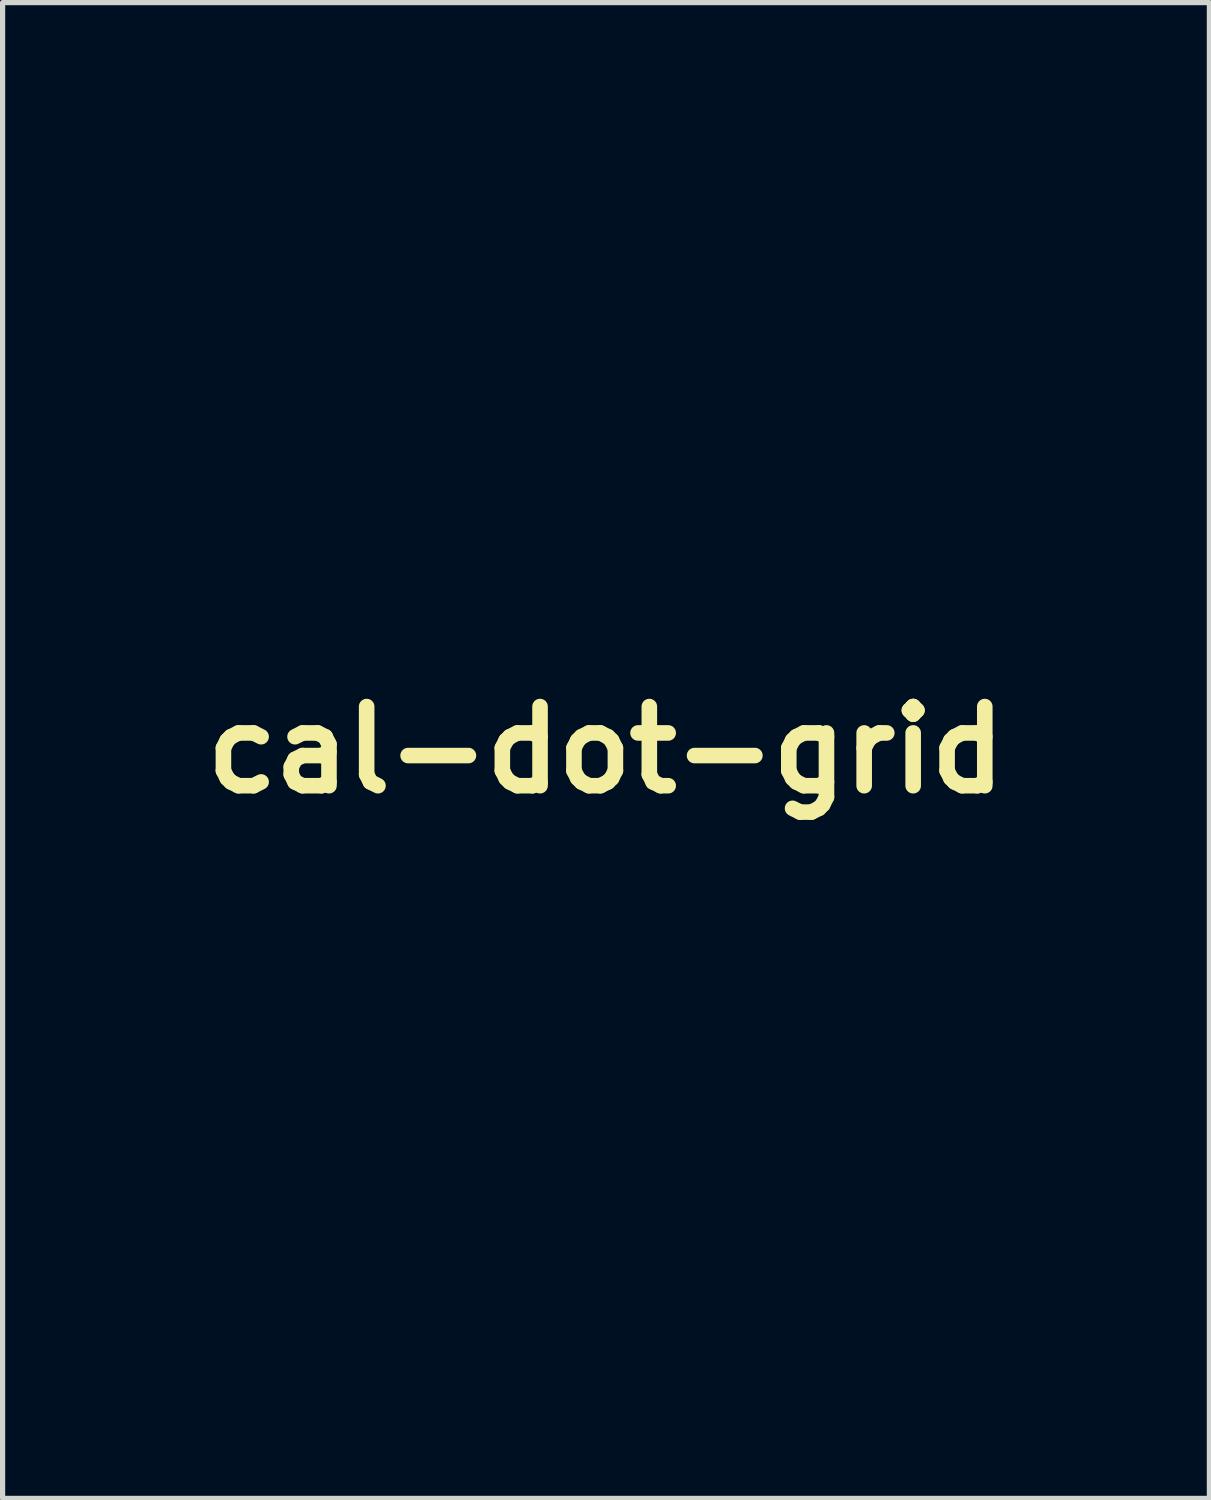
<source format=kicad_pcb>
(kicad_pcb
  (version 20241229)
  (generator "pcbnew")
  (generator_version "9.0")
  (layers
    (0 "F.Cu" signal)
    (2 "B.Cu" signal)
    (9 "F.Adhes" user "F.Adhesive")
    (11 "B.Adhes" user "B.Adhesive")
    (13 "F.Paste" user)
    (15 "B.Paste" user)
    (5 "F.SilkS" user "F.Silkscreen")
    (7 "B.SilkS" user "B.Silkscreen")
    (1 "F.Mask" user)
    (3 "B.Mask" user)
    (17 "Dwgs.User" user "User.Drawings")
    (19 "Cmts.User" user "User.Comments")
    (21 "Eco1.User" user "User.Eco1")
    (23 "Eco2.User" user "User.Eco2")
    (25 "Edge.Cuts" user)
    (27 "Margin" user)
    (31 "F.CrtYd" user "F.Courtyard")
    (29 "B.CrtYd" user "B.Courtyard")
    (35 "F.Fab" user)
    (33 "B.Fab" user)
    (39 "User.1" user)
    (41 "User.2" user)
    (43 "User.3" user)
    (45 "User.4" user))
  (footprint "cal-dot-grid"
    (layer "F.Cu")
    (at 8.618 11.389)
    (property "Reference" "cal-dot-grid" (at 0 0 0) (layer "F.SilkS") (effects (font (size 1.524 1.524) (thickness 0.3))))
    (attr through_hole)
    (fp_poly (pts (xy 8.613 11.407) (xy -8.613 11.407) (xy -8.613 9.154) (xy -5.236 9.154) (xy -5.211 9.298) (xy -5.176 9.392) (xy -5.078 9.536) (xy -4.952 9.648) (xy -4.806 9.725) (xy -4.646 9.765) (xy -4.48 9.765) (xy -4.314 9.724) (xy -4.253 9.697) (xy -4.105 9.599) (xy -3.993 9.474) (xy -3.92 9.323) (xy -3.885 9.148) (xy -3.884 9.142) (xy -3.885 9.121) (xy -1.606 9.121) (xy -1.578 9.283) (xy -1.539 9.381) (xy -1.461 9.504) (xy -1.357 9.614) (xy -1.241 9.697) (xy -1.17 9.73) (xy -1.048 9.757) (xy -0.907 9.764) (xy -0.769 9.751) (xy -0.687 9.731) (xy -0.56 9.667) (xy -0.442 9.568) (xy -0.344 9.445) (xy -0.308 9.381) (xy -0.254 9.221) (xy -0.242 9.058) (xy -0.25 9.007) (xy 2.037 9.007) (xy 2.037 9.141) (xy 2.071 9.315) (xy 2.143 9.466) (xy 2.248 9.592) (xy 2.381 9.687) (xy 2.539 9.746) (xy 2.713 9.767) (xy 2.832 9.76) (xy 2.929 9.738) (xy 2.993 9.712) (xy 3.142 9.619) (xy 3.259 9.496) (xy 3.342 9.351) (xy 3.387 9.191) (xy 3.39 9.087) (xy 5.671 9.087) (xy 5.675 9.193) (xy 5.692 9.278) (xy 5.726 9.365) (xy 5.734 9.381) (xy 5.813 9.504) (xy 5.917 9.614) (xy 6.033 9.697) (xy 6.103 9.73) (xy 6.225 9.757) (xy 6.366 9.764) (xy 6.505 9.751) (xy 6.587 9.731) (xy 6.713 9.667) (xy 6.832 9.568) (xy 6.929 9.445) (xy 6.966 9.381) (xy 7.004 9.29) (xy 7.024 9.205) (xy 7.03 9.102) (xy 7.03 9.087) (xy 7.009 8.918) (xy 6.952 8.769) (xy 6.864 8.642) (xy 6.751 8.54) (xy 6.62 8.465) (xy 6.475 8.42) (xy 6.324 8.408) (xy 6.172 8.43) (xy 6.025 8.489) (xy 5.889 8.588) (xy 5.871 8.606) (xy 5.765 8.734) (xy 5.701 8.872) (xy 5.673 9.029) (xy 5.671 9.087) (xy 3.39 9.087) (xy 3.392 9.021) (xy 3.359 8.864) (xy 3.298 8.742) (xy 3.205 8.625) (xy 3.091 8.526) (xy 2.969 8.457) (xy 2.936 8.445) (xy 2.756 8.408) (xy 2.589 8.415) (xy 2.433 8.467) (xy 2.288 8.564) (xy 2.24 8.609) (xy 2.132 8.736) (xy 2.066 8.864) (xy 2.037 9.007) (xy -0.25 9.007) (xy -0.269 8.898) (xy -0.332 8.75) (xy -0.429 8.62) (xy -0.556 8.515) (xy -0.678 8.454) (xy -0.85 8.413) (xy -1.019 8.415) (xy -1.179 8.458) (xy -1.325 8.54) (xy -1.45 8.657) (xy -1.547 8.808) (xy -1.548 8.81) (xy -1.596 8.959) (xy -1.606 9.121) (xy -3.885 9.121) (xy -3.887 8.98) (xy -3.923 8.841) (xy -3.996 8.714) (xy -4.087 8.609) (xy -4.228 8.497) (xy -4.379 8.429) (xy -4.543 8.405) (xy -4.718 8.426) (xy -4.783 8.445) (xy -4.905 8.504) (xy -5.022 8.596) (xy -5.123 8.709) (xy -5.193 8.831) (xy -5.206 8.864) (xy -5.235 9.004) (xy -5.236 9.154) (xy -8.613 9.154) (xy -8.613 7.262) (xy -7.052 7.262) (xy -7.032 7.435) (xy -6.974 7.589) (xy -6.884 7.721) (xy -6.766 7.826) (xy -6.626 7.901) (xy -6.469 7.941) (xy -6.302 7.944) (xy -6.137 7.907) (xy -6 7.837) (xy -5.882 7.732) (xy -5.789 7.6) (xy -5.727 7.452) (xy -5.707 7.316) (xy -3.417 7.316) (xy -3.387 7.478) (xy -3.318 7.628) (xy -3.212 7.758) (xy -3.155 7.807) (xy -3.06 7.872) (xy -2.972 7.912) (xy -2.874 7.933) (xy -2.749 7.94) (xy -2.736 7.94) (xy -2.609 7.934) (xy -2.507 7.91) (xy -2.471 7.895) (xy -2.337 7.812) (xy -2.217 7.694) (xy -2.129 7.562) (xy -2.083 7.43) (xy -2.066 7.28) (xy -2.066 7.277) (xy 0.219 7.277) (xy 0.235 7.428) (xy 0.281 7.56) (xy 0.282 7.562) (xy 0.377 7.703) (xy 0.499 7.82) (xy 0.623 7.896) (xy 0.74 7.931) (xy 0.878 7.942) (xy 1.022 7.93) (xy 1.155 7.897) (xy 1.209 7.874) (xy 1.341 7.784) (xy 1.448 7.66) (xy 1.518 7.533) (xy 1.563 7.381) (xy 1.565 7.343) (xy 3.859 7.343) (xy 3.9 7.508) (xy 3.927 7.57) (xy 4.018 7.71) (xy 4.135 7.823) (xy 4.269 7.9) (xy 4.286 7.907) (xy 4.411 7.936) (xy 4.554 7.942) (xy 4.695 7.926) (xy 4.814 7.888) (xy 4.814 7.888) (xy 4.96 7.796) (xy 5.073 7.677) (xy 5.152 7.538) (xy 5.197 7.386) (xy 5.206 7.228) (xy 5.178 7.07) (xy 5.111 6.921) (xy 5.016 6.799) (xy 4.886 6.695) (xy 4.734 6.628) (xy 4.571 6.597) (xy 4.406 6.606) (xy 4.249 6.655) (xy 4.239 6.66) (xy 4.093 6.755) (xy 3.98 6.878) (xy 3.901 7.021) (xy 3.86 7.178) (xy 3.859 7.343) (xy 1.565 7.343) (xy 1.569 7.221) (xy 1.537 7.061) (xy 1.469 6.913) (xy 1.369 6.786) (xy 1.354 6.773) (xy 1.213 6.674) (xy 1.06 6.615) (xy 0.9 6.596) (xy 0.742 6.614) (xy 0.591 6.669) (xy 0.455 6.759) (xy 0.341 6.882) (xy 0.274 6.993) (xy 0.232 7.127) (xy 0.219 7.277) (xy -2.066 7.277) (xy -2.078 7.129) (xy -2.121 6.995) (xy -2.122 6.993) (xy -2.215 6.846) (xy -2.333 6.732) (xy -2.469 6.653) (xy -2.616 6.608) (xy -2.768 6.596) (xy -2.918 6.618) (xy -3.061 6.674) (xy -3.189 6.765) (xy -3.297 6.889) (xy -3.352 6.985) (xy -3.405 7.149) (xy -3.417 7.316) (xy -5.707 7.316) (xy -5.704 7.295) (xy -5.703 7.286) (xy -5.722 7.108) (xy -5.778 6.955) (xy -5.868 6.826) (xy -5.996 6.711) (xy -6.141 6.636) (xy -6.295 6.599) (xy -6.452 6.6) (xy -6.605 6.637) (xy -6.748 6.711) (xy -6.875 6.819) (xy -6.978 6.961) (xy -6.991 6.985) (xy -7.028 7.069) (xy -7.046 7.153) (xy -7.052 7.26) (xy -7.052 7.262) (xy -8.613 7.262) (xy -8.613 5.449) (xy -5.241 5.449) (xy -5.222 5.609) (xy -5.167 5.759) (xy -5.079 5.895) (xy -4.96 6.007) (xy -4.814 6.09) (xy -4.722 6.122) (xy -4.614 6.135) (xy -4.487 6.128) (xy -4.359 6.103) (xy -4.253 6.063) (xy -4.171 6.012) (xy -4.087 5.942) (xy -4.045 5.899) (xy -3.951 5.759) (xy -3.896 5.605) (xy -3.881 5.449) (xy -1.603 5.449) (xy -1.583 5.623) (xy -1.523 5.781) (xy -1.425 5.918) (xy -1.294 6.028) (xy -1.134 6.107) (xy -1.12 6.112) (xy -1.008 6.132) (xy -0.876 6.131) (xy -0.743 6.111) (xy -0.642 6.078) (xy -0.497 5.991) (xy -0.384 5.876) (xy -0.304 5.74) (xy -0.257 5.589) (xy -0.251 5.508) (xy 2.035 5.508) (xy 2.06 5.661) (xy 2.065 5.675) (xy 2.134 5.815) (xy 2.239 5.941) (xy 2.371 6.043) (xy 2.518 6.112) (xy 2.552 6.122) (xy 2.659 6.135) (xy 2.787 6.128) (xy 2.915 6.103) (xy 3.021 6.063) (xy 3.166 5.965) (xy 3.278 5.838) (xy 3.353 5.687) (xy 3.386 5.53) (xy 5.669 5.53) (xy 5.679 5.591) (xy 5.735 5.753) (xy 5.825 5.89) (xy 5.943 6.001) (xy 6.082 6.081) (xy 6.235 6.127) (xy 6.395 6.136) (xy 6.557 6.106) (xy 6.641 6.072) (xy 6.785 5.979) (xy 6.897 5.86) (xy 6.976 5.721) (xy 7.021 5.57) (xy 7.031 5.414) (xy 7.004 5.258) (xy 6.94 5.112) (xy 6.837 4.98) (xy 6.819 4.963) (xy 6.687 4.862) (xy 6.551 4.802) (xy 6.398 4.777) (xy 6.35 4.776) (xy 6.18 4.797) (xy 6.026 4.856) (xy 5.894 4.948) (xy 5.787 5.067) (xy 5.711 5.208) (xy 5.67 5.364) (xy 5.669 5.53) (xy 3.386 5.53) (xy 3.388 5.518) (xy 3.389 5.402) (xy 3.356 5.239) (xy 3.286 5.089) (xy 3.184 4.961) (xy 3.057 4.862) (xy 2.927 4.804) (xy 2.759 4.777) (xy 2.586 4.79) (xy 2.419 4.842) (xy 2.271 4.931) (xy 2.25 4.947) (xy 2.155 5.056) (xy 2.085 5.194) (xy 2.044 5.348) (xy 2.035 5.508) (xy -0.251 5.508) (xy -0.245 5.431) (xy -0.269 5.273) (xy -0.331 5.122) (xy -0.432 4.984) (xy -0.443 4.972) (xy -0.576 4.865) (xy -0.728 4.801) (xy -0.901 4.776) (xy -0.925 4.776) (xy -1.098 4.797) (xy -1.254 4.858) (xy -1.387 4.953) (xy -1.493 5.078) (xy -1.565 5.228) (xy -1.6 5.398) (xy -1.603 5.449) (xy -3.881 5.449) (xy -3.88 5.443) (xy -3.902 5.283) (xy -3.961 5.131) (xy -4.056 4.996) (xy -4.144 4.916) (xy -4.271 4.836) (xy -4.406 4.791) (xy -4.563 4.777) (xy -4.576 4.777) (xy -4.746 4.8) (xy -4.902 4.864) (xy -5.037 4.966) (xy -5.144 5.1) (xy -5.159 5.128) (xy -5.221 5.286) (xy -5.241 5.449) (xy -8.613 5.449) (xy -8.613 3.681) (xy -7.057 3.681) (xy -7.029 3.838) (xy -6.965 3.98) (xy -6.871 4.102) (xy -6.751 4.201) (xy -6.611 4.271) (xy -6.455 4.308) (xy -6.29 4.308) (xy -6.172 4.283) (xy -6.064 4.234) (xy -5.952 4.154) (xy -5.85 4.057) (xy -5.774 3.953) (xy -5.766 3.94) (xy -5.731 3.84) (xy -5.714 3.714) (xy -5.713 3.606) (xy -3.414 3.606) (xy -3.405 3.755) (xy -3.372 3.884) (xy -3.308 4.003) (xy -3.213 4.116) (xy -3.1 4.211) (xy -2.981 4.275) (xy -2.96 4.283) (xy -2.811 4.31) (xy -2.649 4.302) (xy -2.493 4.263) (xy -2.438 4.239) (xy -2.291 4.143) (xy -2.18 4.019) (xy -2.106 3.87) (xy -2.071 3.697) (xy -2.07 3.681) (xy 0.216 3.681) (xy 0.245 3.838) (xy 0.309 3.98) (xy 0.403 4.102) (xy 0.523 4.201) (xy 0.663 4.271) (xy 0.818 4.308) (xy 0.984 4.308) (xy 1.103 4.283) (xy 1.23 4.224) (xy 1.35 4.132) (xy 1.452 4.017) (xy 1.522 3.891) (xy 1.525 3.884) (xy 1.559 3.746) (xy 1.562 3.688) (xy 3.865 3.688) (xy 3.879 3.815) (xy 3.909 3.919) (xy 3.919 3.94) (xy 3.985 4.034) (xy 4.077 4.129) (xy 4.181 4.212) (xy 4.282 4.271) (xy 4.315 4.283) (xy 4.463 4.31) (xy 4.623 4.302) (xy 4.778 4.264) (xy 4.836 4.239) (xy 4.978 4.146) (xy 5.087 4.026) (xy 5.162 3.886) (xy 5.202 3.733) (xy 5.206 3.574) (xy 5.171 3.415) (xy 5.098 3.264) (xy 5.033 3.178) (xy 4.912 3.073) (xy 4.766 3.001) (xy 4.605 2.964) (xy 4.441 2.964) (xy 4.294 2.999) (xy 4.164 3.069) (xy 4.043 3.171) (xy 3.944 3.292) (xy 3.917 3.337) (xy 3.884 3.432) (xy 3.867 3.555) (xy 3.865 3.688) (xy 1.562 3.688) (xy 1.566 3.596) (xy 1.548 3.452) (xy 1.507 3.337) (xy 1.41 3.192) (xy 1.291 3.084) (xy 1.156 3.01) (xy 1.01 2.969) (xy 0.861 2.961) (xy 0.713 2.986) (xy 0.574 3.041) (xy 0.449 3.127) (xy 0.344 3.242) (xy 0.266 3.386) (xy 0.228 3.514) (xy 0.216 3.681) (xy -2.07 3.681) (xy -2.069 3.637) (xy -2.089 3.459) (xy -2.151 3.301) (xy -2.251 3.165) (xy -2.389 3.055) (xy -2.434 3.03) (xy -2.562 2.984) (xy -2.71 2.964) (xy -2.86 2.971) (xy -2.994 3.005) (xy -3.027 3.02) (xy -3.155 3.102) (xy -3.269 3.212) (xy -3.353 3.335) (xy -3.354 3.337) (xy -3.397 3.46) (xy -3.414 3.606) (xy -5.713 3.606) (xy -5.713 3.578) (xy -5.729 3.449) (xy -5.761 3.343) (xy -5.768 3.33) (xy -5.867 3.187) (xy -5.988 3.079) (xy -6.125 3.006) (xy -6.271 2.967) (xy -6.421 2.961) (xy -6.569 2.987) (xy -6.707 3.044) (xy -6.832 3.132) (xy -6.935 3.249) (xy -7.011 3.395) (xy -7.045 3.514) (xy -7.057 3.681) (xy -8.613 3.681) (xy -8.613 1.734) (xy -5.233 1.734) (xy -5.232 1.904) (xy -5.208 2.02) (xy -5.178 2.104) (xy -5.135 2.177) (xy -5.069 2.254) (xy -5.038 2.286) (xy -4.895 2.4) (xy -4.74 2.47) (xy -4.575 2.495) (xy -4.402 2.475) (xy -4.309 2.446) (xy -4.181 2.377) (xy -4.064 2.273) (xy -3.971 2.148) (xy -3.911 2.015) (xy -3.885 1.853) (xy -1.595 1.853) (xy -1.572 2.011) (xy -1.56 2.052) (xy -1.489 2.198) (xy -1.384 2.317) (xy -1.255 2.408) (xy -1.107 2.468) (xy -0.948 2.492) (xy -0.786 2.478) (xy -0.634 2.428) (xy -0.49 2.337) (xy -0.379 2.221) (xy -0.303 2.087) (xy -0.259 1.94) (xy -0.254 1.849) (xy 2.036 1.849) (xy 2.063 2.002) (xy 2.129 2.151) (xy 2.218 2.272) (xy 2.353 2.387) (xy 2.505 2.462) (xy 2.67 2.493) (xy 2.843 2.481) (xy 2.965 2.446) (xy 3.093 2.377) (xy 3.209 2.273) (xy 3.303 2.148) (xy 3.362 2.015) (xy 3.391 1.843) (xy 3.387 1.796) (xy 5.676 1.796) (xy 5.694 1.978) (xy 5.752 2.138) (xy 5.85 2.274) (xy 5.985 2.384) (xy 6.054 2.423) (xy 6.15 2.466) (xy 6.235 2.487) (xy 6.333 2.494) (xy 6.35 2.494) (xy 6.453 2.489) (xy 6.538 2.47) (xy 6.63 2.431) (xy 6.646 2.423) (xy 6.797 2.326) (xy 6.908 2.205) (xy 6.981 2.06) (xy 7.016 1.888) (xy 7.019 1.803) (xy 6.999 1.633) (xy 6.937 1.483) (xy 6.833 1.349) (xy 6.805 1.323) (xy 6.696 1.235) (xy 6.59 1.18) (xy 6.471 1.153) (xy 6.35 1.147) (xy 6.237 1.151) (xy 6.151 1.166) (xy 6.071 1.197) (xy 6.069 1.198) (xy 5.922 1.293) (xy 5.806 1.416) (xy 5.724 1.563) (xy 5.681 1.724) (xy 5.676 1.796) (xy 3.387 1.796) (xy 3.377 1.678) (xy 3.326 1.525) (xy 3.241 1.391) (xy 3.127 1.28) (xy 2.988 1.199) (xy 2.827 1.152) (xy 2.713 1.143) (xy 2.542 1.163) (xy 2.391 1.22) (xy 2.263 1.308) (xy 2.161 1.42) (xy 2.088 1.552) (xy 2.045 1.697) (xy 2.036 1.849) (xy -0.254 1.849) (xy -0.25 1.788) (xy -0.274 1.637) (xy -0.331 1.493) (xy -0.422 1.364) (xy -0.546 1.254) (xy -0.643 1.198) (xy -0.753 1.163) (xy -0.885 1.146) (xy -1.022 1.149) (xy -1.143 1.172) (xy -1.186 1.187) (xy -1.292 1.251) (xy -1.397 1.344) (xy -1.488 1.45) (xy -1.546 1.549) (xy -1.586 1.693) (xy -1.595 1.853) (xy -3.885 1.853) (xy -3.883 1.843) (xy -3.897 1.678) (xy -3.948 1.525) (xy -4.033 1.391) (xy -4.147 1.28) (xy -4.286 1.199) (xy -4.446 1.152) (xy -4.56 1.143) (xy -4.733 1.164) (xy -4.886 1.223) (xy -5.017 1.315) (xy -5.121 1.435) (xy -5.194 1.576) (xy -5.233 1.734) (xy -8.613 1.734) (xy -8.613 -0.042) (xy -7.052 -0.042) (xy -7.043 0.115) (xy -6.999 0.266) (xy -6.919 0.404) (xy -6.806 0.523) (xy -6.662 0.614) (xy -6.532 0.655) (xy -6.381 0.67) (xy -6.229 0.657) (xy -6.136 0.633) (xy -5.993 0.562) (xy -5.877 0.459) (xy -5.789 0.332) (xy -5.731 0.187) (xy -5.706 0.033) (xy -5.708 0.002) (xy -3.417 0.002) (xy -3.397 0.162) (xy -3.339 0.313) (xy -3.25 0.448) (xy -3.135 0.556) (xy -3.001 0.629) (xy -2.993 0.632) (xy -2.876 0.659) (xy -2.741 0.668) (xy -2.607 0.658) (xy -2.493 0.631) (xy -2.471 0.622) (xy -2.337 0.538) (xy -2.217 0.421) (xy -2.129 0.289) (xy -2.083 0.157) (xy -2.066 0.006) (xy -2.066 0) (xy 0.223 0) (xy 0.226 0.104) (xy 0.238 0.181) (xy 0.264 0.251) (xy 0.282 0.289) (xy 0.376 0.428) (xy 0.496 0.544) (xy 0.623 0.622) (xy 0.739 0.656) (xy 0.877 0.669) (xy 1.018 0.661) (xy 1.136 0.634) (xy 1.275 0.563) (xy 1.394 0.457) (xy 1.487 0.324) (xy 1.547 0.172) (xy 1.562 0.067) (xy 3.857 0.067) (xy 3.864 0.138) (xy 3.885 0.205) (xy 3.924 0.289) (xy 4.018 0.44) (xy 4.133 0.552) (xy 4.271 0.625) (xy 4.437 0.662) (xy 4.537 0.668) (xy 4.65 0.663) (xy 4.739 0.645) (xy 4.814 0.614) (xy 4.964 0.52) (xy 5.08 0.395) (xy 5.16 0.245) (xy 5.2 0.075) (xy 5.205 -0.012) (xy 5.182 -0.183) (xy 5.121 -0.336) (xy 5.025 -0.467) (xy 4.899 -0.569) (xy 4.749 -0.639) (xy 4.579 -0.672) (xy 4.527 -0.674) (xy 4.35 -0.653) (xy 4.195 -0.593) (xy 4.064 -0.498) (xy 3.962 -0.371) (xy 3.893 -0.217) (xy 3.861 -0.039) (xy 3.86 -0.028) (xy 3.857 0.067) (xy 1.562 0.067) (xy 1.57 0.01) (xy 1.57 0.002) (xy 1.549 -0.172) (xy 1.489 -0.328) (xy 1.395 -0.461) (xy 1.272 -0.566) (xy 1.124 -0.638) (xy 0.957 -0.672) (xy 0.902 -0.674) (xy 0.728 -0.655) (xy 0.577 -0.597) (xy 0.442 -0.498) (xy 0.406 -0.462) (xy 0.315 -0.352) (xy 0.259 -0.246) (xy 0.23 -0.127) (xy 0.223 0) (xy -2.066 0) (xy -2.078 -0.145) (xy -2.121 -0.279) (xy -2.122 -0.281) (xy -2.218 -0.431) (xy -2.345 -0.549) (xy -2.497 -0.631) (xy -2.636 -0.668) (xy -2.755 -0.674) (xy -2.884 -0.661) (xy -3.002 -0.631) (xy -3.053 -0.61) (xy -3.188 -0.514) (xy -3.297 -0.387) (xy -3.374 -0.237) (xy -3.413 -0.072) (xy -3.417 0.002) (xy -5.708 0.002) (xy -5.714 -0.123) (xy -5.759 -0.275) (xy -5.841 -0.415) (xy -5.867 -0.447) (xy -5.996 -0.561) (xy -6.144 -0.637) (xy -6.302 -0.673) (xy -6.464 -0.671) (xy -6.623 -0.629) (xy -6.771 -0.548) (xy -6.851 -0.48) (xy -6.957 -0.347) (xy -7.024 -0.199) (xy -7.052 -0.042) (xy -8.613 -0.042) (xy -8.613 -1.838) (xy -5.24 -1.838) (xy -5.228 -1.693) (xy -5.185 -1.555) (xy -5.114 -1.43) (xy -5.02 -1.321) (xy -4.905 -1.234) (xy -4.773 -1.173) (xy -4.627 -1.142) (xy -4.472 -1.146) (xy -4.31 -1.19) (xy -4.256 -1.214) (xy -4.117 -1.306) (xy -4.001 -1.435) (xy -3.943 -1.53) (xy -3.905 -1.64) (xy -3.889 -1.773) (xy -3.89 -1.801) (xy -1.596 -1.801) (xy -1.574 -1.638) (xy -1.515 -1.491) (xy -1.423 -1.364) (xy -1.306 -1.263) (xy -1.17 -1.189) (xy -1.02 -1.148) (xy -0.864 -1.142) (xy -0.707 -1.176) (xy -0.629 -1.21) (xy -0.483 -1.308) (xy -0.369 -1.434) (xy -0.291 -1.582) (xy -0.253 -1.744) (xy -0.249 -1.798) (xy -0.257 -1.876) (xy 2.039 -1.876) (xy 2.041 -1.716) (xy 2.082 -1.57) (xy 2.154 -1.44) (xy 2.268 -1.309) (xy 2.406 -1.215) (xy 2.561 -1.158) (xy 2.726 -1.142) (xy 2.894 -1.167) (xy 3.018 -1.214) (xy 3.159 -1.306) (xy 3.268 -1.425) (xy 3.344 -1.565) (xy 3.384 -1.717) (xy 3.387 -1.824) (xy 5.676 -1.824) (xy 5.696 -1.649) (xy 5.756 -1.495) (xy 5.857 -1.358) (xy 5.86 -1.355) (xy 5.999 -1.241) (xy 6.153 -1.169) (xy 6.317 -1.14) (xy 6.486 -1.156) (xy 6.62 -1.2) (xy 6.769 -1.29) (xy 6.888 -1.409) (xy 6.97 -1.553) (xy 7.014 -1.716) (xy 7.019 -1.803) (xy 7 -1.987) (xy 6.942 -2.148) (xy 6.85 -2.282) (xy 6.726 -2.386) (xy 6.574 -2.456) (xy 6.397 -2.489) (xy 6.381 -2.49) (xy 6.282 -2.492) (xy 6.206 -2.483) (xy 6.13 -2.459) (xy 6.075 -2.435) (xy 5.921 -2.343) (xy 5.802 -2.223) (xy 5.722 -2.078) (xy 5.681 -1.911) (xy 5.676 -1.824) (xy 3.387 -1.824) (xy 3.388 -1.875) (xy 3.354 -2.032) (xy 3.281 -2.18) (xy 3.218 -2.261) (xy 3.12 -2.36) (xy 3.028 -2.425) (xy 2.927 -2.463) (xy 2.804 -2.48) (xy 2.713 -2.482) (xy 2.601 -2.48) (xy 2.521 -2.471) (xy 2.46 -2.454) (xy 2.413 -2.432) (xy 2.268 -2.33) (xy 2.154 -2.198) (xy 2.076 -2.044) (xy 2.039 -1.876) (xy -0.257 -1.876) (xy -0.268 -1.978) (xy -0.325 -2.138) (xy -0.418 -2.273) (xy -0.542 -2.38) (xy -0.694 -2.452) (xy -0.87 -2.488) (xy -0.896 -2.49) (xy -0.991 -2.493) (xy -1.062 -2.486) (xy -1.129 -2.465) (xy -1.212 -2.426) (xy -1.366 -2.328) (xy -1.481 -2.206) (xy -1.556 -2.058) (xy -1.593 -1.886) (xy -1.596 -1.801) (xy -3.89 -1.801) (xy -3.893 -1.912) (xy -3.919 -2.041) (xy -3.943 -2.104) (xy -4.042 -2.257) (xy -4.166 -2.372) (xy -4.315 -2.449) (xy -4.489 -2.486) (xy -4.514 -2.488) (xy -4.685 -2.483) (xy -4.832 -2.441) (xy -4.963 -2.36) (xy -5.056 -2.272) (xy -5.157 -2.132) (xy -5.217 -1.986) (xy -5.24 -1.838) (xy -8.613 -1.838) (xy -8.613 -3.598) (xy -7.055 -3.598) (xy -7.024 -3.439) (xy -6.957 -3.29) (xy -6.857 -3.159) (xy -6.731 -3.054) (xy -6.583 -2.983) (xy -6.572 -2.979) (xy -6.479 -2.964) (xy -6.362 -2.965) (xy -6.239 -2.979) (xy -6.131 -3.005) (xy -6.096 -3.018) (xy -5.981 -3.089) (xy -5.871 -3.19) (xy -5.782 -3.307) (xy -5.765 -3.337) (xy -5.732 -3.431) (xy -5.714 -3.553) (xy -5.712 -3.685) (xy -5.713 -3.692) (xy -3.418 -3.692) (xy -3.411 -3.531) (xy -3.365 -3.375) (xy -3.278 -3.231) (xy -3.195 -3.142) (xy -3.097 -3.064) (xy -3.001 -3.007) (xy -2.96 -2.991) (xy -2.834 -2.966) (xy -2.694 -2.965) (xy -2.559 -2.985) (xy -2.454 -3.022) (xy -2.3 -3.123) (xy -2.183 -3.25) (xy -2.106 -3.399) (xy -2.072 -3.557) (xy 0.223 -3.557) (xy 0.255 -3.41) (xy 0.323 -3.272) (xy 0.426 -3.148) (xy 0.516 -3.077) (xy 0.672 -2.995) (xy 0.83 -2.959) (xy 0.998 -2.966) (xy 1.102 -2.991) (xy 1.21 -3.04) (xy 1.322 -3.119) (xy 1.423 -3.217) (xy 1.5 -3.321) (xy 1.508 -3.334) (xy 1.541 -3.431) (xy 1.559 -3.554) (xy 1.56 -3.586) (xy 3.865 -3.586) (xy 3.879 -3.459) (xy 3.909 -3.354) (xy 3.919 -3.334) (xy 3.985 -3.239) (xy 4.077 -3.144) (xy 4.181 -3.061) (xy 4.282 -3.003) (xy 4.315 -2.99) (xy 4.44 -2.966) (xy 4.58 -2.965) (xy 4.714 -2.985) (xy 4.82 -3.022) (xy 4.974 -3.123) (xy 5.09 -3.25) (xy 5.167 -3.399) (xy 5.203 -3.57) (xy 5.206 -3.637) (xy 5.185 -3.815) (xy 5.123 -3.972) (xy 5.02 -4.107) (xy 4.878 -4.221) (xy 4.82 -4.254) (xy 4.711 -4.292) (xy 4.578 -4.309) (xy 4.438 -4.304) (xy 4.31 -4.279) (xy 4.246 -4.254) (xy 4.116 -4.169) (xy 4 -4.056) (xy 3.918 -3.937) (xy 3.884 -3.841) (xy 3.867 -3.719) (xy 3.865 -3.586) (xy 1.56 -3.586) (xy 1.561 -3.688) (xy 1.548 -3.814) (xy 1.518 -3.918) (xy 1.509 -3.938) (xy 1.409 -4.079) (xy 1.279 -4.192) (xy 1.128 -4.27) (xy 0.964 -4.31) (xy 0.831 -4.312) (xy 0.666 -4.277) (xy 0.524 -4.207) (xy 0.407 -4.109) (xy 0.317 -3.989) (xy 0.255 -3.853) (xy 0.223 -3.707) (xy 0.223 -3.557) (xy -2.072 -3.557) (xy -2.07 -3.569) (xy -2.067 -3.637) (xy -2.088 -3.809) (xy -2.146 -3.961) (xy -2.234 -4.089) (xy -2.346 -4.191) (xy -2.478 -4.264) (xy -2.623 -4.306) (xy -2.775 -4.315) (xy -2.929 -4.287) (xy -3.078 -4.22) (xy -3.195 -4.132) (xy -3.31 -3.999) (xy -3.384 -3.85) (xy -3.418 -3.692) (xy -5.713 -3.692) (xy -5.726 -3.812) (xy -5.755 -3.915) (xy -5.765 -3.937) (xy -5.847 -4.057) (xy -5.955 -4.165) (xy -6.073 -4.246) (xy -6.096 -4.257) (xy -6.207 -4.292) (xy -6.339 -4.308) (xy -6.474 -4.304) (xy -6.597 -4.282) (xy -6.664 -4.255) (xy -6.82 -4.152) (xy -6.935 -4.026) (xy -7.013 -3.875) (xy -7.045 -3.76) (xy -7.055 -3.598) (xy -8.613 -3.598) (xy -8.613 -5.539) (xy -5.234 -5.539) (xy -5.233 -5.37) (xy -5.21 -5.259) (xy -5.152 -5.129) (xy -5.06 -5.005) (xy -4.948 -4.901) (xy -4.825 -4.829) (xy -4.819 -4.827) (xy -4.692 -4.794) (xy -4.547 -4.785) (xy -4.404 -4.798) (xy -4.28 -4.834) (xy -4.256 -4.845) (xy -4.127 -4.934) (xy -4.014 -5.056) (xy -3.943 -5.169) (xy -3.905 -5.284) (xy -3.889 -5.42) (xy -3.892 -5.524) (xy -1.595 -5.524) (xy -1.59 -5.35) (xy -1.56 -5.222) (xy -1.489 -5.076) (xy -1.384 -4.956) (xy -1.255 -4.865) (xy -1.107 -4.806) (xy -0.948 -4.782) (xy -0.786 -4.795) (xy -0.634 -4.846) (xy -0.49 -4.937) (xy -0.378 -5.056) (xy -0.3 -5.194) (xy -0.256 -5.346) (xy -0.252 -5.426) (xy 2.034 -5.426) (xy 2.06 -5.273) (xy 2.125 -5.126) (xy 2.208 -5.012) (xy 2.316 -4.906) (xy 2.421 -4.837) (xy 2.537 -4.799) (xy 2.677 -4.787) (xy 2.748 -4.788) (xy 2.886 -4.802) (xy 2.992 -4.833) (xy 3.016 -4.844) (xy 3.082 -4.888) (xy 3.159 -4.953) (xy 3.218 -5.012) (xy 3.316 -5.152) (xy 3.374 -5.301) (xy 3.393 -5.454) (xy 3.388 -5.494) (xy 5.674 -5.494) (xy 5.686 -5.328) (xy 5.737 -5.161) (xy 5.824 -5.022) (xy 5.949 -4.91) (xy 6.061 -4.845) (xy 6.229 -4.789) (xy 6.396 -4.779) (xy 6.563 -4.815) (xy 6.64 -4.846) (xy 6.79 -4.94) (xy 6.903 -5.06) (xy 6.978 -5.207) (xy 7.015 -5.38) (xy 7.019 -5.471) (xy 6.997 -5.643) (xy 6.933 -5.797) (xy 6.829 -5.931) (xy 6.687 -6.041) (xy 6.639 -6.068) (xy 6.564 -6.102) (xy 6.493 -6.12) (xy 6.404 -6.127) (xy 6.35 -6.127) (xy 6.207 -6.117) (xy 6.091 -6.086) (xy 5.985 -6.026) (xy 5.896 -5.952) (xy 5.78 -5.815) (xy 5.705 -5.662) (xy 5.674 -5.494) (xy 3.388 -5.494) (xy 3.376 -5.604) (xy 3.327 -5.746) (xy 3.247 -5.875) (xy 3.14 -5.983) (xy 3.008 -6.065) (xy 2.854 -6.116) (xy 2.713 -6.129) (xy 2.543 -6.109) (xy 2.393 -6.052) (xy 2.265 -5.965) (xy 2.163 -5.852) (xy 2.088 -5.721) (xy 2.045 -5.577) (xy 2.034 -5.426) (xy -0.252 -5.426) (xy -0.249 -5.503) (xy -0.278 -5.659) (xy -0.347 -5.807) (xy -0.434 -5.919) (xy -0.564 -6.029) (xy -0.705 -6.097) (xy -0.865 -6.126) (xy -0.924 -6.128) (xy -1.028 -6.125) (xy -1.107 -6.111) (xy -1.179 -6.084) (xy -1.212 -6.068) (xy -1.363 -5.965) (xy -1.479 -5.837) (xy -1.556 -5.688) (xy -1.595 -5.524) (xy -3.892 -5.524) (xy -3.893 -5.559) (xy -3.919 -5.684) (xy -3.943 -5.743) (xy -4.048 -5.899) (xy -4.176 -6.016) (xy -4.326 -6.092) (xy -4.497 -6.127) (xy -4.56 -6.129) (xy -4.733 -6.108) (xy -4.887 -6.049) (xy -5.018 -5.957) (xy -5.122 -5.837) (xy -5.196 -5.696) (xy -5.234 -5.539) (xy -8.613 -5.539) (xy -8.613 -7.304) (xy -7.051 -7.304) (xy -7.04 -7.15) (xy -6.996 -7.003) (xy -6.92 -6.869) (xy -6.815 -6.755) (xy -6.682 -6.667) (xy -6.525 -6.611) (xy -6.49 -6.605) (xy -6.419 -6.595) (xy -6.364 -6.592) (xy -6.35 -6.593) (xy -6.306 -6.601) (xy -6.239 -6.613) (xy -6.223 -6.615) (xy -6.087 -6.659) (xy -5.959 -6.741) (xy -5.848 -6.85) (xy -5.764 -6.98) (xy -5.736 -7.048) (xy -5.708 -7.193) (xy -5.709 -7.25) (xy -3.418 -7.25) (xy -3.395 -7.096) (xy -3.337 -6.953) (xy -3.249 -6.826) (xy -3.135 -6.722) (xy -2.999 -6.645) (xy -2.844 -6.602) (xy -2.674 -6.598) (xy -2.667 -6.599) (xy -2.591 -6.615) (xy -2.501 -6.644) (xy -2.458 -6.661) (xy -2.317 -6.748) (xy -2.198 -6.869) (xy -2.122 -6.993) (xy -2.082 -7.117) (xy -2.067 -7.26) (xy -2.068 -7.274) (xy 0.223 -7.274) (xy 0.233 -7.13) (xy 0.264 -7.014) (xy 0.324 -6.909) (xy 0.398 -6.82) (xy 0.532 -6.702) (xy 0.678 -6.629) (xy 0.838 -6.598) (xy 1.014 -6.611) (xy 1.134 -6.642) (xy 1.272 -6.708) (xy 1.39 -6.81) (xy 1.483 -6.94) (xy 1.544 -7.091) (xy 1.57 -7.254) (xy 1.57 -7.276) (xy 1.566 -7.356) (xy 3.861 -7.356) (xy 3.861 -7.197) (xy 3.897 -7.041) (xy 3.968 -6.897) (xy 4.073 -6.771) (xy 4.179 -6.689) (xy 4.274 -6.646) (xy 4.391 -6.614) (xy 4.51 -6.596) (xy 4.595 -6.597) (xy 4.669 -6.612) (xy 4.754 -6.636) (xy 4.778 -6.644) (xy 4.892 -6.704) (xy 5.003 -6.796) (xy 5.098 -6.908) (xy 5.144 -6.984) (xy 5.196 -7.134) (xy 5.208 -7.294) (xy 5.181 -7.455) (xy 5.116 -7.608) (xy 5.016 -7.743) (xy 5.015 -7.744) (xy 4.886 -7.848) (xy 4.737 -7.915) (xy 4.576 -7.944) (xy 4.413 -7.937) (xy 4.255 -7.891) (xy 4.112 -7.807) (xy 4.081 -7.781) (xy 3.97 -7.655) (xy 3.897 -7.511) (xy 3.861 -7.356) (xy 1.566 -7.356) (xy 1.565 -7.378) (xy 1.546 -7.463) (xy 1.506 -7.557) (xy 1.499 -7.57) (xy 1.402 -7.72) (xy 1.282 -7.832) (xy 1.136 -7.905) (xy 0.964 -7.939) (xy 0.879 -7.943) (xy 0.707 -7.921) (xy 0.553 -7.857) (xy 0.419 -7.753) (xy 0.309 -7.61) (xy 0.282 -7.562) (xy 0.248 -7.488) (xy 0.23 -7.416) (xy 0.223 -7.328) (xy 0.223 -7.274) (xy -2.068 -7.274) (xy -2.077 -7.405) (xy -2.112 -7.533) (xy -2.12 -7.552) (xy -2.216 -7.702) (xy -2.341 -7.819) (xy -2.488 -7.899) (xy -2.653 -7.939) (xy -2.726 -7.943) (xy -2.91 -7.925) (xy -3.067 -7.869) (xy -3.199 -7.775) (xy -3.306 -7.642) (xy -3.347 -7.57) (xy -3.403 -7.41) (xy -3.418 -7.25) (xy -5.709 -7.25) (xy -5.71 -7.35) (xy -5.741 -7.501) (xy -5.773 -7.583) (xy -5.866 -7.72) (xy -5.987 -7.826) (xy -6.127 -7.899) (xy -6.28 -7.939) (xy -6.438 -7.944) (xy -6.593 -7.913) (xy -6.739 -7.845) (xy -6.863 -7.744) (xy -6.965 -7.608) (xy -7.027 -7.459) (xy -7.051 -7.304) (xy -8.613 -7.304) (xy -8.613 -9.112) (xy -5.239 -9.112) (xy -5.227 -8.966) (xy -5.184 -8.829) (xy -5.113 -8.703) (xy -5.019 -8.594) (xy -4.904 -8.506) (xy -4.773 -8.445) (xy -4.628 -8.414) (xy -4.473 -8.418) (xy -4.312 -8.462) (xy -4.259 -8.485) (xy -4.115 -8.579) (xy -4.005 -8.699) (xy -3.929 -8.839) (xy -3.889 -8.992) (xy -3.886 -9.15) (xy -3.886 -9.15) (xy -1.596 -9.15) (xy -1.588 -8.98) (xy -1.541 -8.821) (xy -1.457 -8.679) (xy -1.34 -8.56) (xy -1.192 -8.469) (xy -1.074 -8.426) (xy -0.977 -8.414) (xy -0.86 -8.42) (xy -0.74 -8.441) (xy -0.638 -8.475) (xy -0.638 -8.475) (xy -0.494 -8.566) (xy -0.384 -8.681) (xy -0.306 -8.816) (xy -0.262 -8.962) (xy -0.253 -9.077) (xy 2.031 -9.077) (xy 2.058 -8.912) (xy 2.13 -8.748) (xy 2.145 -8.725) (xy 2.254 -8.592) (xy 2.389 -8.495) (xy 2.542 -8.434) (xy 2.705 -8.413) (xy 2.872 -8.433) (xy 3.013 -8.485) (xy 3.158 -8.579) (xy 3.269 -8.699) (xy 3.345 -8.839) (xy 3.385 -8.992) (xy 3.387 -9.118) (xy 5.672 -9.118) (xy 5.687 -8.959) (xy 5.738 -8.807) (xy 5.823 -8.671) (xy 5.938 -8.555) (xy 6.081 -8.468) (xy 6.2 -8.425) (xy 6.29 -8.414) (xy 6.403 -8.418) (xy 6.517 -8.435) (xy 6.612 -8.463) (xy 6.612 -8.463) (xy 6.717 -8.524) (xy 6.821 -8.614) (xy 6.912 -8.72) (xy 6.965 -8.809) (xy 7.012 -8.961) (xy 7.021 -9.125) (xy 6.993 -9.288) (xy 6.931 -9.44) (xy 6.864 -9.537) (xy 6.741 -9.648) (xy 6.599 -9.722) (xy 6.444 -9.759) (xy 6.286 -9.762) (xy 6.131 -9.73) (xy 5.986 -9.663) (xy 5.86 -9.564) (xy 5.762 -9.436) (xy 5.696 -9.28) (xy 5.672 -9.118) (xy 3.387 -9.118) (xy 3.388 -9.15) (xy 3.352 -9.307) (xy 3.277 -9.457) (xy 3.208 -9.545) (xy 3.075 -9.66) (xy 2.926 -9.734) (xy 2.768 -9.768) (xy 2.608 -9.762) (xy 2.452 -9.715) (xy 2.307 -9.628) (xy 2.218 -9.546) (xy 2.112 -9.398) (xy 2.049 -9.241) (xy 2.031 -9.077) (xy -0.253 -9.077) (xy -0.25 -9.115) (xy -0.272 -9.266) (xy -0.327 -9.409) (xy -0.415 -9.538) (xy -0.537 -9.645) (xy -0.634 -9.701) (xy -0.793 -9.753) (xy -0.956 -9.765) (xy -1.114 -9.739) (xy -1.261 -9.679) (xy -1.39 -9.586) (xy -1.492 -9.465) (xy -1.56 -9.325) (xy -1.596 -9.15) (xy -3.886 -9.15) (xy -3.921 -9.307) (xy -3.996 -9.457) (xy -4.065 -9.545) (xy -4.199 -9.66) (xy -4.348 -9.734) (xy -4.506 -9.768) (xy -4.666 -9.761) (xy -4.822 -9.715) (xy -4.967 -9.628) (xy -5.056 -9.545) (xy -5.157 -9.406) (xy -5.217 -9.26) (xy -5.239 -9.112) (xy -8.613 -9.112) (xy -8.613 -11.384) (xy 8.613 -11.384) (xy 8.613 11.407)) (stroke (width 0.01) (type solid)) (fill yes) (layer "F.Mask")))
  (gr_rect
    (start -3 -3)
    (end 20.236 25.801)
    (stroke (width 0.1) (type default))
    (fill no)
    (layer "Edge.Cuts")))
</source>
